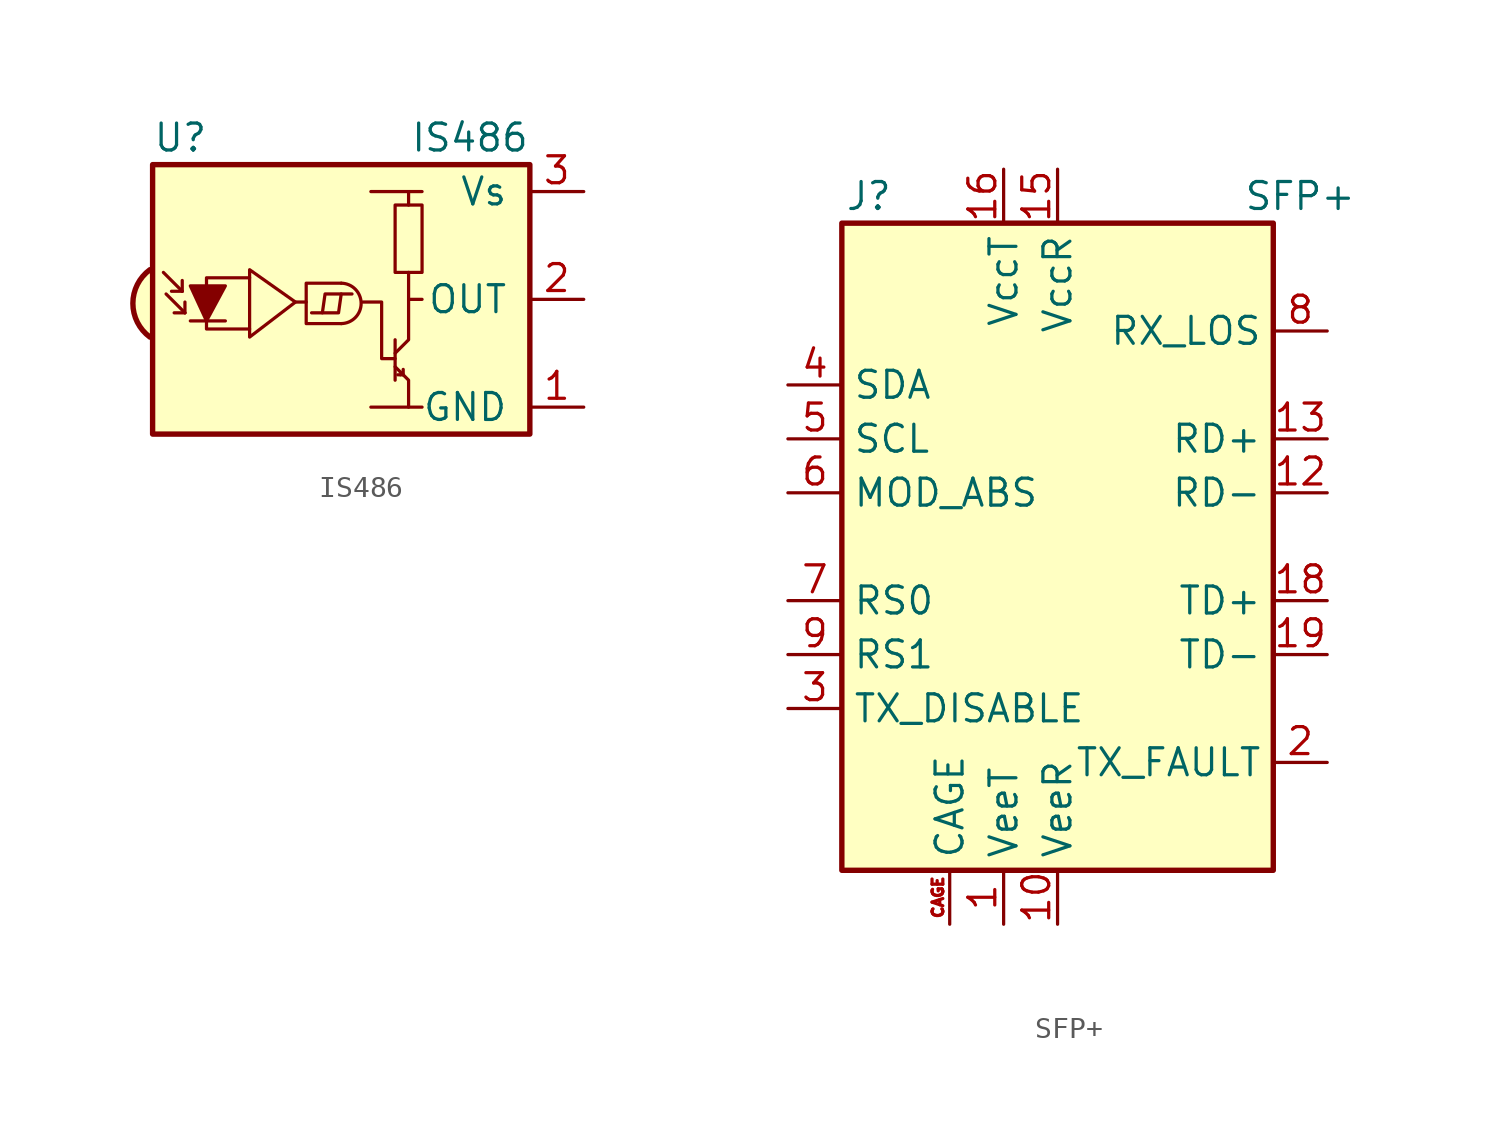
<source format=kicad_sym>
(kicad_symbol_lib
  (version 20211014)
  (generator kicad_symbol_editor)
  (symbol "IS486"
    (pin_names
      (offset 1.016))
    (property "Reference" "U"
      (at -10.16 7.62 0)
      (effects (font (size 1.27 1.27)) (justify left)))
    (property "Value" "IS486"
      (at 7.62 7.62 0)
      (effects (font (size 1.27 1.27)) (justify right)))
    (symbol "IS486_0_0"
      (arc (start -10.287 1.397) (mid -11.0899 -0.1852) (end -10.287 -1.778) (stroke (width 0.254) (type default) (color 0 0 0 0)) (fill (type background)))
      (polyline (pts (xy 1.905 -5.08) (xy 0.127 -5.08)) (stroke (width 0) (type default) (color 0 0 0 0)) (fill (type none)))
      (polyline (pts (xy 1.905 5.08) (xy 0.127 5.08)) (stroke (width 0) (type default) (color 0 0 0 0)) (fill (type none))))
    (symbol "IS486_0_1"
      (arc (start -1.27 -1.143) (mid -0.3048 -0.1778) (end -1.27 0.762) (stroke (width 0) (type default) (color 0 0 0 0)) (fill (type none)))
      (polyline (pts (xy -8.763 0.381) (xy -9.652 1.27)) (stroke (width 0) (type default) (color 0 0 0 0)) (fill (type none)))
      (polyline (pts (xy -8.763 0.381) (xy -9.271 0.381)) (stroke (width 0) (type default) (color 0 0 0 0)) (fill (type none)))
      (polyline (pts (xy -8.763 0.381) (xy -8.763 0.889)) (stroke (width 0) (type default) (color 0 0 0 0)) (fill (type none)))
      (polyline (pts (xy -8.636 -0.635) (xy -9.525 0.254)) (stroke (width 0) (type default) (color 0 0 0 0)) (fill (type none)))
      (polyline (pts (xy -8.636 -0.635) (xy -9.144 -0.635)) (stroke (width 0) (type default) (color 0 0 0 0)) (fill (type none)))
      (polyline (pts (xy -8.636 -0.635) (xy -8.636 -0.127)) (stroke (width 0) (type default) (color 0 0 0 0)) (fill (type none)))
      (polyline (pts (xy -8.382 -1.016) (xy -6.731 -1.016)) (stroke (width 0) (type default) (color 0 0 0 0)) (fill (type none)))
      (polyline (pts (xy -3.429 -0.127) (xy -2.921 -0.127)) (stroke (width 0) (type default) (color 0 0 0 0)) (fill (type none)))
      (polyline (pts (xy 1.27 -1.905) (xy 1.27 -3.81)) (stroke (width 0) (type default) (color 0 0 0 0)) (fill (type none)))
      (polyline (pts (xy 1.397 -3.556) (xy 1.524 -3.556)) (stroke (width 0) (type default) (color 0 0 0 0)) (fill (type none)))
      (polyline (pts (xy 1.651 -3.556) (xy 1.524 -3.556)) (stroke (width 0) (type default) (color 0 0 0 0)) (fill (type none)))
      (polyline (pts (xy 1.651 -3.556) (xy 1.651 -3.302)) (stroke (width 0) (type default) (color 0 0 0 0)) (fill (type none)))
      (polyline (pts (xy 1.905 0) (xy 1.905 1.27)) (stroke (width 0) (type default) (color 0 0 0 0)) (fill (type none)))
      (polyline (pts (xy -2.667 -0.635) (xy -1.397 -0.635) (xy -1.27 0.254)) (stroke (width 0) (type default) (color 0 0 0 0)) (fill (type none)))
      (polyline (pts (xy -0.762 0.254) (xy -2.032 0.254) (xy -2.159 -0.635)) (stroke (width 0) (type default) (color 0 0 0 0)) (fill (type none)))
      (polyline (pts (xy 1.905 4.445) (xy 1.905 5.08) (xy 2.54 5.08)) (stroke (width 0) (type default) (color 0 0 0 0)) (fill (type none)))
      (polyline (pts (xy -8.382 0.635) (xy -6.731 0.635) (xy -7.62 -1.016) (xy -8.382 0.635)) (stroke (width 0) (type default) (color 0 0 0 0)) (fill (type outline)))
      (polyline (pts (xy -5.588 -1.397) (xy -7.62 -1.397) (xy -7.62 1.016) (xy -5.588 1.016)) (stroke (width 0) (type default) (color 0 0 0 0)) (fill (type none)))
      (polyline (pts (xy -3.429 -0.127) (xy -5.588 1.397) (xy -5.588 -1.778) (xy -3.429 -0.127)) (stroke (width 0) (type default) (color 0 0 0 0)) (fill (type none)))
      (polyline (pts (xy -1.27 0.762) (xy -2.921 0.762) (xy -2.921 -1.143) (xy -1.27 -1.143)) (stroke (width 0) (type default) (color 0 0 0 0)) (fill (type none)))
      (polyline (pts (xy 1.27 -3.175) (xy 1.905 -3.81) (xy 1.905 -5.08) (xy 2.54 -5.08)) (stroke (width 0) (type default) (color 0 0 0 0)) (fill (type none)))
      (polyline (pts (xy 1.27 -2.794) (xy 0.635 -2.794) (xy 0.635 -0.127) (xy -0.254 -0.127)) (stroke (width 0) (type default) (color 0 0 0 0)) (fill (type none)))
      (polyline (pts (xy 1.27 -2.54) (xy 1.905 -1.905) (xy 1.905 0) (xy 2.54 0)) (stroke (width 0) (type default) (color 0 0 0 0)) (fill (type none)))
      (rectangle (start 2.54 1.27) (end 1.27 4.445) (stroke (width 0) (type default) (color 0 0 0 0)) (fill (type none)))
      (rectangle (start 7.62 6.35) (end -10.16 -6.35) (stroke (width 0.254) (type default) (color 0 0 0 0)) (fill (type background))))
    (symbol "IS486_1_1"
      (pin power_in line (at 10.16 -5.08 180) (length 2.54) (name "GND" (effects (font (size 1.27 1.27)))) (number "1" (effects (font (size 1.27 1.27)))))
      (pin output line (at 10.16 0 180) (length 2.54) (name "OUT" (effects (font (size 1.27 1.27)))) (number "2" (effects (font (size 1.27 1.27)))))
      (pin power_in line (at 10.16 5.08 180) (length 2.54) (name "Vs" (effects (font (size 1.27 1.27)))) (number "3" (effects (font (size 1.27 1.27)))))))
  (symbol "SFP+"
    (property "Reference" "J"
      (at -8.89 16.51 0)
      (effects (font (size 1.27 1.27))))
    (property "Value" "SFP+"
      (at 11.43 16.51 0)
      (effects (font (size 1.27 1.27))))
    (symbol "SFP+_0_0"
      (rectangle (start -10.16 15.24) (end 10.16 -15.24) (stroke (width 0.254) (type default) (color 0 0 0 0)) (fill (type background))))
    (symbol "SFP+_1_1"
      (pin power_in line (at -2.54 -17.78 90) (length 2.54) (name "VeeT" (effects (font (size 1.27 1.27)))) (number "1" (effects (font (size 1.27 1.27)))))
      (pin power_in line (at 0 -17.78 90) (length 2.54) (name "VeeR" (effects (font (size 1.27 1.27)))) (number "10" (effects (font (size 1.27 1.27)))))
      (pin passive line (at 0 -17.78 90) (length 2.54) hide (name "VeeR" (effects (font (size 1.27 1.27)))) (number "11" (effects (font (size 1.27 1.27)))))
      (pin output line (at 12.7 2.54 180) (length 2.54) (name "RD-" (effects (font (size 1.27 1.27)))) (number "12" (effects (font (size 1.27 1.27)))))
      (pin output line (at 12.7 5.08 180) (length 2.54) (name "RD+" (effects (font (size 1.27 1.27)))) (number "13" (effects (font (size 1.27 1.27)))))
      (pin passive line (at 0 -17.78 90) (length 2.54) hide (name "VeeR" (effects (font (size 1.27 1.27)))) (number "14" (effects (font (size 1.27 1.27)))))
      (pin power_in line (at 0 17.78 270) (length 2.54) (name "VccR" (effects (font (size 1.27 1.27)))) (number "15" (effects (font (size 1.27 1.27)))))
      (pin power_in line (at -2.54 17.78 270) (length 2.54) (name "VccT" (effects (font (size 1.27 1.27)))) (number "16" (effects (font (size 1.27 1.27)))))
      (pin passive line (at -2.54 -17.78 90) (length 2.54) hide (name "VeeT" (effects (font (size 1.27 1.27)))) (number "17" (effects (font (size 1.27 1.27)))))
      (pin input line (at 12.7 -2.54 180) (length 2.54) (name "TD+" (effects (font (size 1.27 1.27)))) (number "18" (effects (font (size 1.27 1.27)))))
      (pin input line (at 12.7 -5.08 180) (length 2.54) (name "TD-" (effects (font (size 1.27 1.27)))) (number "19" (effects (font (size 1.27 1.27)))))
      (pin open_collector line (at 12.7 -10.16 180) (length 2.54) (name "TX_FAULT" (effects (font (size 1.27 1.27)))) (number "2" (effects (font (size 1.27 1.27)))))
      (pin passive line (at -2.54 -17.78 90) (length 2.54) hide (name "VeeT" (effects (font (size 1.27 1.27)))) (number "20" (effects (font (size 1.27 1.27)))))
      (pin input line (at -12.7 -7.62 0) (length 2.54) (name "TX_DISABLE" (effects (font (size 1.27 1.27)))) (number "3" (effects (font (size 1.27 1.27)))))
      (pin bidirectional line (at -12.7 7.62 0) (length 2.54) (name "SDA" (effects (font (size 1.27 1.27)))) (number "4" (effects (font (size 1.27 1.27)))))
      (pin input line (at -12.7 5.08 0) (length 2.54) (name "SCL" (effects (font (size 1.27 1.27)))) (number "5" (effects (font (size 1.27 1.27)))))
      (pin passive line (at -12.7 2.54 0) (length 2.54) (name "MOD_ABS" (effects (font (size 1.27 1.27)))) (number "6" (effects (font (size 1.27 1.27)))))
      (pin input line (at -12.7 -2.54 0) (length 2.54) (name "RS0" (effects (font (size 1.27 1.27)))) (number "7" (effects (font (size 1.27 1.27)))))
      (pin open_collector line (at 12.7 10.16 180) (length 2.54) (name "RX_LOS" (effects (font (size 1.27 1.27)))) (number "8" (effects (font (size 1.27 1.27)))))
      (pin input line (at -12.7 -5.08 0) (length 2.54) (name "RS1" (effects (font (size 1.27 1.27)))) (number "9" (effects (font (size 1.27 1.27)))))
      (pin passive line (at -5.08 -17.78 90) (length 2.54) (name "CAGE" (effects (font (size 1.27 1.27)))) (number "CAGE" (effects (font (size 0.508 0.508))))))))
</source>
